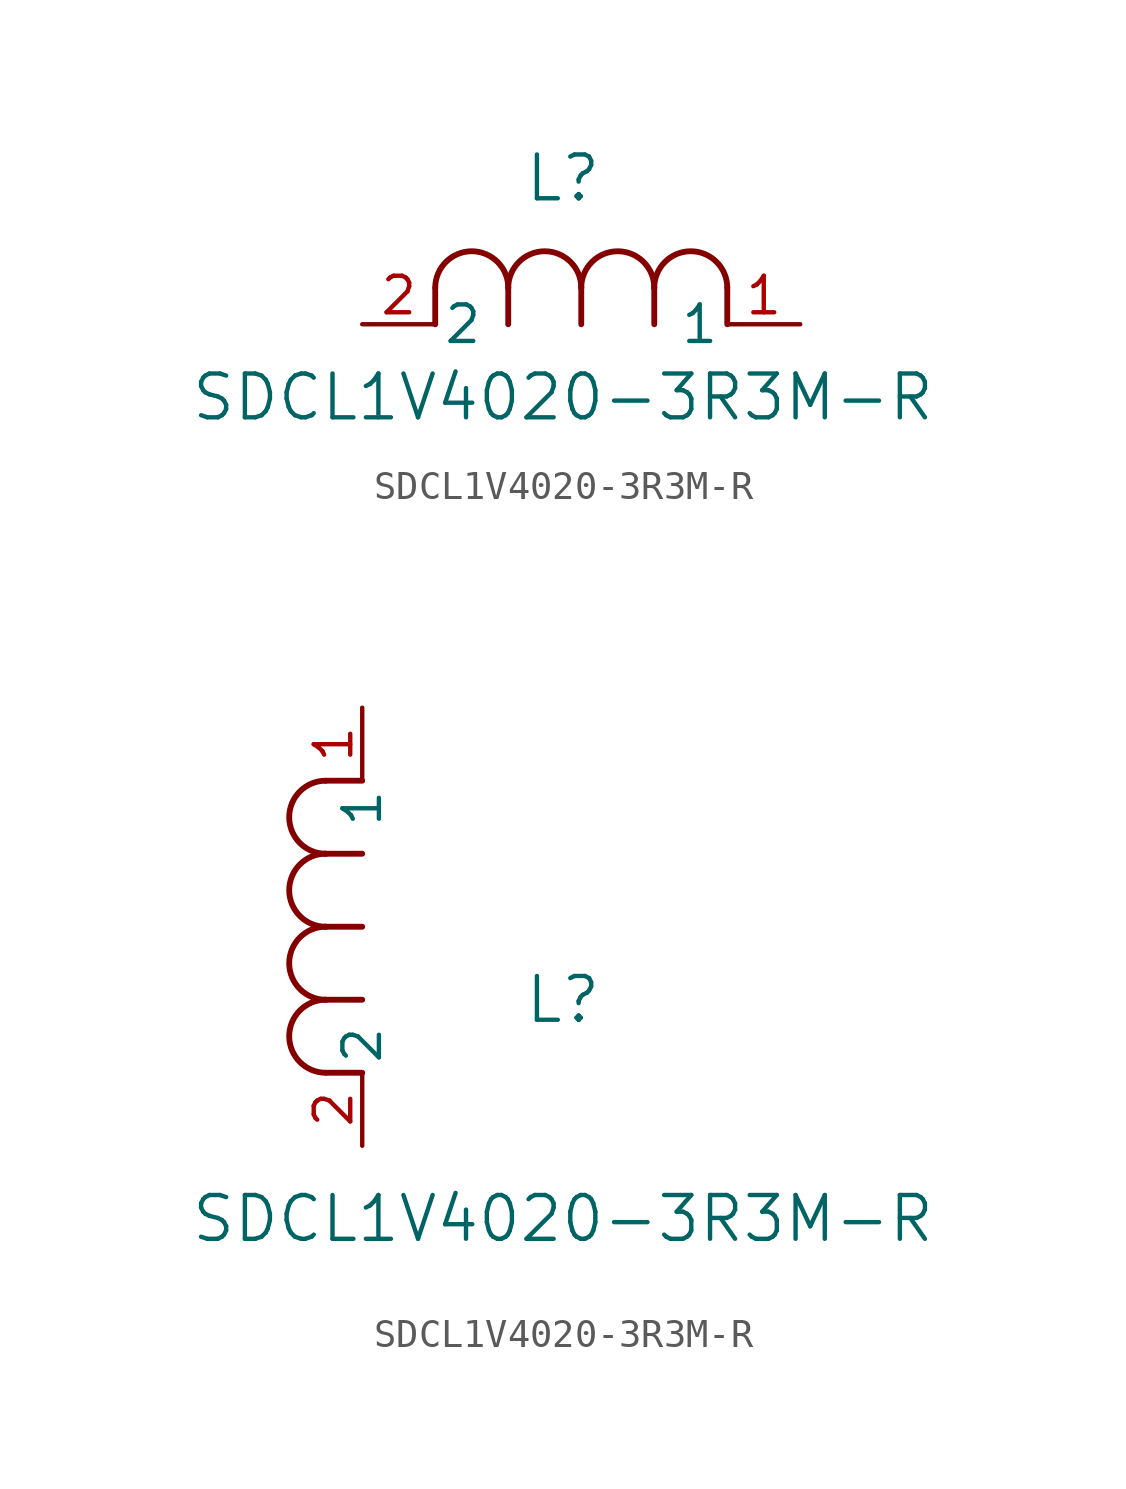
<source format=kicad_sym>
(kicad_symbol_lib
  (version 20211014)
  (generator kicad_symbol_editor)
  (symbol "SDCL1V4020-3R3M-R"
    (pin_names
      (offset 0.254))
    (property "Reference" "L"
      (at 6.985 5.08 0)
      (effects (font (size 1.524 1.524))))
    (property "Value" "SDCL1V4020-3R3M-R"
      (at 6.985 -2.54 0)
      (effects (font (size 1.524 1.524))))
    (symbol "SDCL1V4020-3R3M-R_1_1"
      (arc (start 7.62 1.27) (mid 6.35 2.54) (end 5.08 1.27) (stroke (width 0.2032) (type default) (color 0 0 0 0)) (fill (type none)))
      (polyline (pts (xy 5.08 0) (xy 5.08 1.27)) (stroke (width 0.203) (type default) (color 0 0 0 0)) (fill (type none)))
      (polyline (pts (xy 7.62 0) (xy 7.62 1.27)) (stroke (width 0.203) (type default) (color 0 0 0 0)) (fill (type none)))
      (polyline (pts (xy 12.7 0) (xy 12.7 1.27)) (stroke (width 0.203) (type default) (color 0 0 0 0)) (fill (type none)))
      (arc (start 5.08 1.27) (mid 3.81 2.54) (end 2.54 1.27) (stroke (width 0.2032) (type default) (color 0 0 0 0)) (fill (type none)))
      (arc (start 10.16 1.27) (mid 8.89 2.54) (end 7.62 1.27) (stroke (width 0.2032) (type default) (color 0 0 0 0)) (fill (type none)))
      (arc (start 12.7 1.27) (mid 11.43 2.54) (end 10.16 1.27) (stroke (width 0.2032) (type default) (color 0 0 0 0)) (fill (type none)))
      (polyline (pts (xy 2.54 0) (xy 2.54 1.27)) (stroke (width 0.203) (type default) (color 0 0 0 0)) (fill (type none)))
      (polyline (pts (xy 10.16 0) (xy 10.16 1.27)) (stroke (width 0.203) (type default) (color 0 0 0 0)) (fill (type none)))
      (pin unspecified line (at 0 0 0) (length 2.54) (name "2" (effects (font (size 1.27 1.27)))) (number "2" (effects (font (size 1.27 1.27)))))
      (pin unspecified line (at 15.24 0 180) (length 2.54) (name "1" (effects (font (size 1.27 1.27)))) (number "1" (effects (font (size 1.27 1.27))))))
    (symbol "SDCL1V4020-3R3M-R_1_2"
      (arc (start -1.27 7.62) (mid -2.54 6.35) (end -1.27 5.08) (stroke (width 0.2032) (type default) (color 0 0 0 0)) (fill (type none)))
      (arc (start -1.27 5.08) (mid -2.54 3.81) (end -1.27 2.54) (stroke (width 0.2032) (type default) (color 0 0 0 0)) (fill (type none)))
      (arc (start -1.27 12.7) (mid -2.54 11.43) (end -1.27 10.16) (stroke (width 0.2032) (type default) (color 0 0 0 0)) (fill (type none)))
      (arc (start -1.27 10.16) (mid -2.54 8.89) (end -1.27 7.62) (stroke (width 0.2032) (type default) (color 0 0 0 0)) (fill (type none)))
      (polyline (pts (xy 0 7.62) (xy -1.27 7.62)) (stroke (width 0.203) (type default) (color 0 0 0 0)) (fill (type none)))
      (polyline (pts (xy 0 5.08) (xy -1.27 5.08)) (stroke (width 0.203) (type default) (color 0 0 0 0)) (fill (type none)))
      (polyline (pts (xy 0 12.7) (xy -1.27 12.7)) (stroke (width 0.203) (type default) (color 0 0 0 0)) (fill (type none)))
      (polyline (pts (xy 0 2.54) (xy -1.27 2.54)) (stroke (width 0.203) (type default) (color 0 0 0 0)) (fill (type none)))
      (polyline (pts (xy 0 10.16) (xy -1.27 10.16)) (stroke (width 0.203) (type default) (color 0 0 0 0)) (fill (type none)))
      (pin unspecified line (at 0 0 90) (length 2.54) (name "2" (effects (font (size 1.27 1.27)))) (number "2" (effects (font (size 1.27 1.27)))))
      (pin unspecified line (at 0 15.24 270) (length 2.54) (name "1" (effects (font (size 1.27 1.27)))) (number "1" (effects (font (size 1.27 1.27))))))))
</source>
